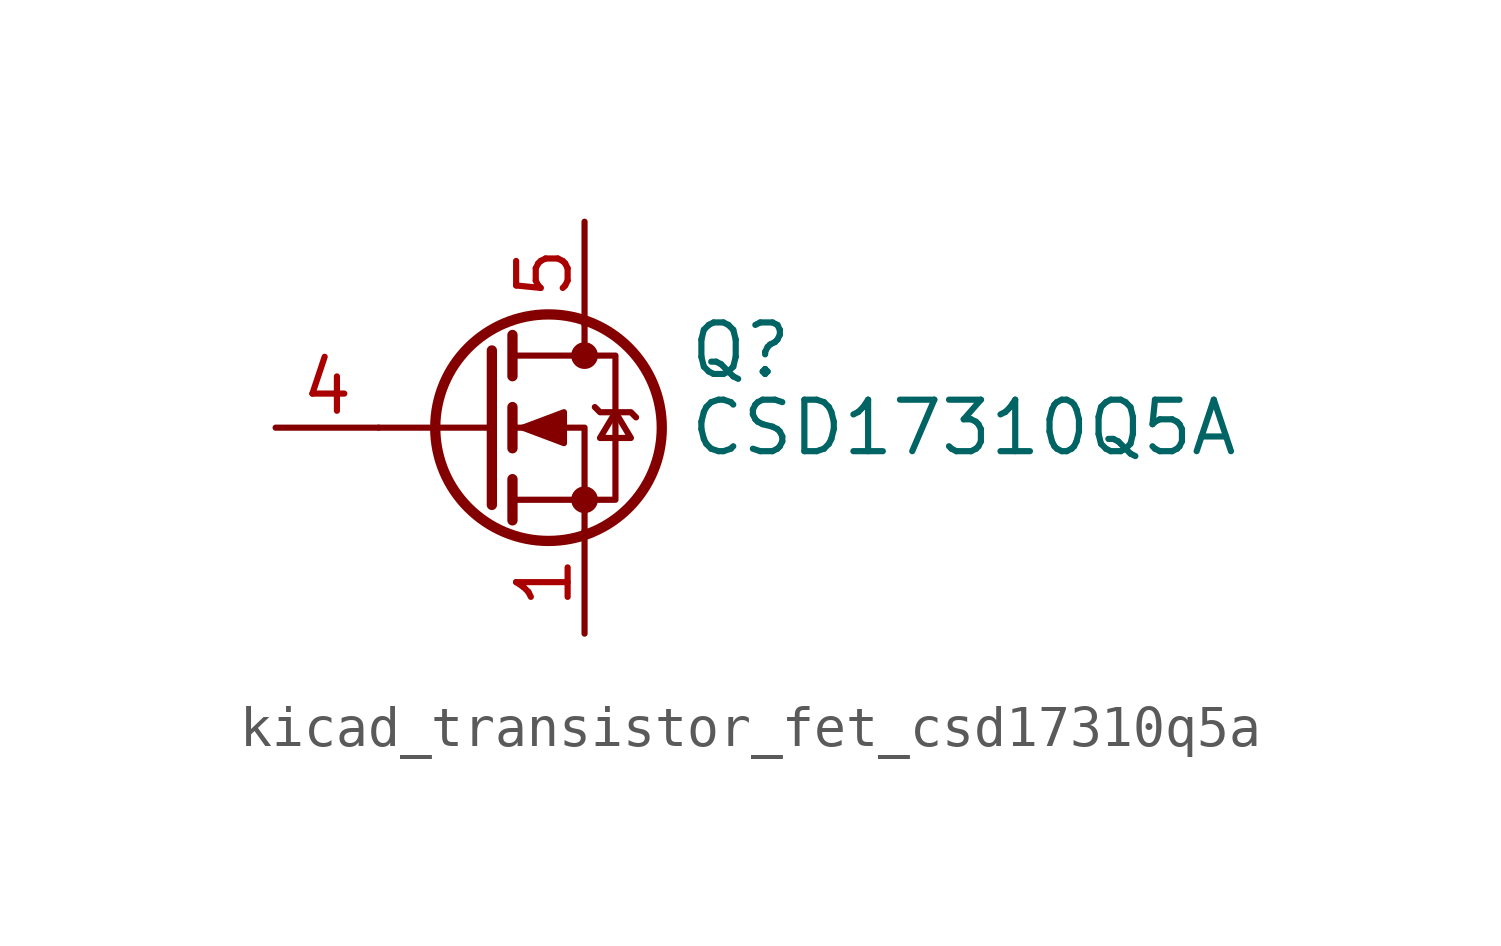
<source format=kicad_sym>
(kicad_symbol_lib
  (version 20220914)
  (generator kicad_symbol_editor)
  (symbol "kicad_transistor_fet_csd17310q5a"
    (pin_names hide)
    (property "Reference" "Q"
      (at 5.08 1.905 0)
      (effects (font (size 1.27 1.27)) (justify left)))
    (property "Value" "CSD17310Q5A"
      (at 5.08 0 0)
      (effects (font (size 1.27 1.27)) (justify left)))
    (symbol "kicad_transistor_fet_csd17310q5a_0_1"
      (polyline (pts (xy 0.254 0) (xy -2.54 0)) (stroke (width 0) (type default)) (fill (type none)))
      (polyline (pts (xy 0.254 1.905) (xy 0.254 -1.905)) (stroke (width 0.254) (type default)) (fill (type none)))
      (polyline (pts (xy 0.762 -1.27) (xy 0.762 -2.286)) (stroke (width 0.254) (type default)) (fill (type none)))
      (polyline (pts (xy 0.762 0.508) (xy 0.762 -0.508)) (stroke (width 0.254) (type default)) (fill (type none)))
      (polyline (pts (xy 0.762 2.286) (xy 0.762 1.27)) (stroke (width 0.254) (type default)) (fill (type none)))
      (polyline (pts (xy 2.54 2.54) (xy 2.54 1.778)) (stroke (width 0) (type default)) (fill (type none)))
      (polyline (pts (xy 2.54 -2.54) (xy 2.54 0) (xy 0.762 0)) (stroke (width 0) (type default)) (fill (type none)))
      (polyline (pts (xy 0.762 -1.778) (xy 3.302 -1.778) (xy 3.302 1.778) (xy 0.762 1.778)) (stroke (width 0) (type default)) (fill (type none)))
      (polyline (pts (xy 1.016 0) (xy 2.032 0.381) (xy 2.032 -0.381) (xy 1.016 0)) (stroke (width 0) (type default)) (fill (type outline)))
      (polyline (pts (xy 2.794 0.508) (xy 2.921 0.381) (xy 3.683 0.381) (xy 3.81 0.254)) (stroke (width 0) (type default)) (fill (type none)))
      (polyline (pts (xy 3.302 0.381) (xy 2.921 -0.254) (xy 3.683 -0.254) (xy 3.302 0.381)) (stroke (width 0) (type default)) (fill (type none)))
      (circle (center 1.651 0) (radius 2.794) (stroke (width 0.254) (type default)) (fill (type none)))
      (circle (center 2.54 -1.778) (radius 0.254) (stroke (width 0) (type default)) (fill (type outline)))
      (circle (center 2.54 1.778) (radius 0.254) (stroke (width 0) (type default)) (fill (type outline))))
    (symbol "kicad_transistor_fet_csd17310q5a_1_1"
      (pin passive line (at 2.54 -5.08 90) (length 2.54) (name "S" (effects (font (size 1.27 1.27)))) (number "1" (effects (font (size 1.27 1.27)))))
      (pin passive line (at 2.54 -5.08 90) (length 2.54) hide (name "S" (effects (font (size 1.27 1.27)))) (number "2" (effects (font (size 1.27 1.27)))))
      (pin passive line (at 2.54 -5.08 90) (length 2.54) hide (name "S" (effects (font (size 1.27 1.27)))) (number "3" (effects (font (size 1.27 1.27)))))
      (pin passive line (at -5.08 0 0) (length 2.54) (name "G" (effects (font (size 1.27 1.27)))) (number "4" (effects (font (size 1.27 1.27)))))
      (pin passive line (at 2.54 5.08 270) (length 2.54) (name "D" (effects (font (size 1.27 1.27)))) (number "5" (effects (font (size 1.27 1.27))))))))
</source>
